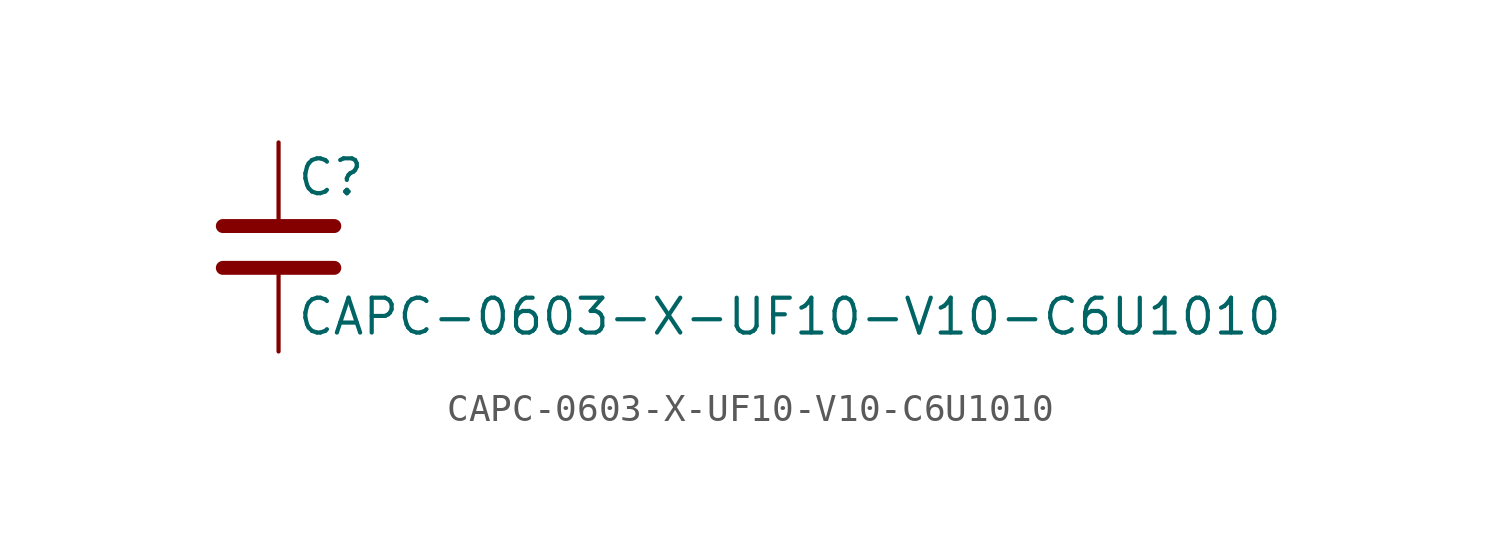
<source format=kicad_sym>
(kicad_symbol_lib
  (version 20211014)
  (generator kicad_symbol_editor)
  (symbol "CAPC-0603-X-UF10-V10-C6U1010"
    (pin_numbers hide)
    (pin_names
      (offset 0.254))
    (property "Reference" "C"
      (at 0.635 2.54 0)
      (effects (font (size 1.27 1.27)) (justify left)))
    (property "Value" "CAPC-0603-X-UF10-V10-C6U1010"
      (at 0.635 -2.54 0)
      (effects (font (size 1.27 1.27)) (justify left)))
    (symbol "CAPC-0603-X-UF10-V10-C6U1010_0_1"
      (polyline (pts (xy -2.032 -0.762) (xy 2.032 -0.762)) (stroke (width 0.508) (type default) (color 0 0 0 0)) (fill (type none)))
      (polyline (pts (xy -2.032 0.762) (xy 2.032 0.762)) (stroke (width 0.508) (type default) (color 0 0 0 0)) (fill (type none))))
    (symbol "CAPC-0603-X-UF10-V10-C6U1010_1_1"
      (pin passive line (at 0 3.81 270) (length 2.794) (name "~" (effects (font (size 1.27 1.27)))) (number "1" (effects (font (size 1.27 1.27)))))
      (pin passive line (at 0 -3.81 90) (length 2.794) (name "~" (effects (font (size 1.27 1.27)))) (number "2" (effects (font (size 1.27 1.27))))))))
</source>
